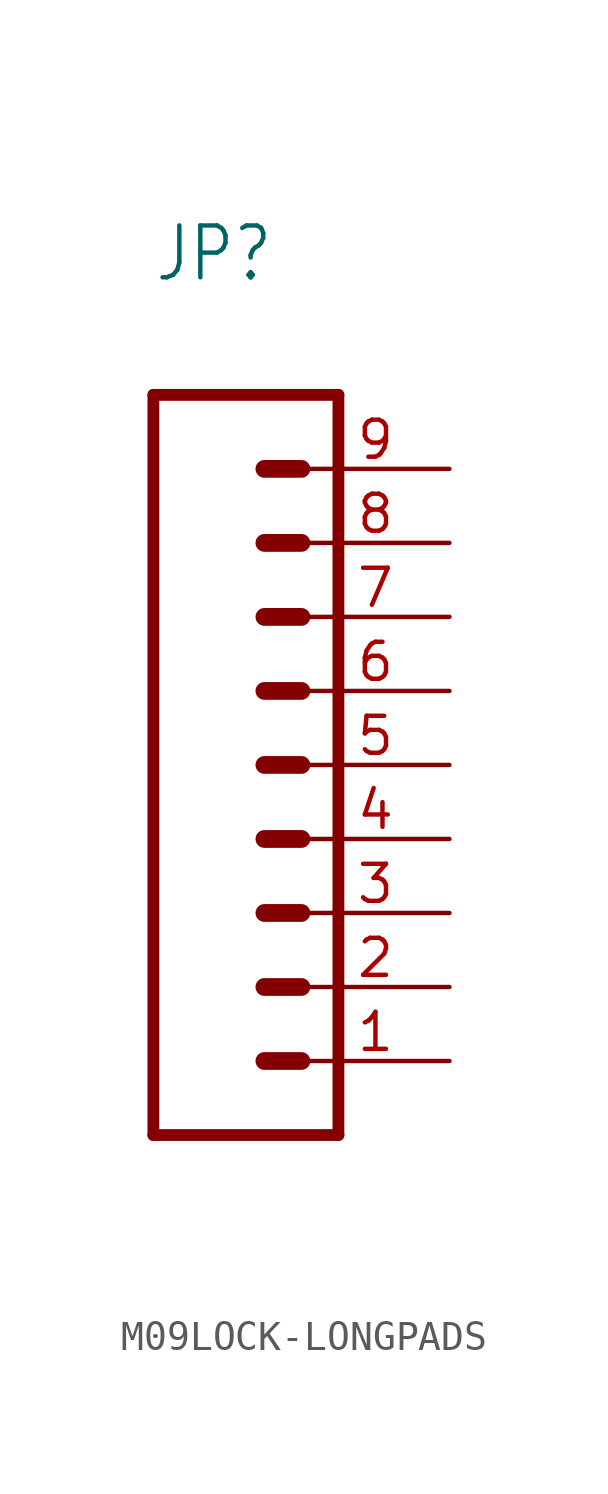
<source format=kicad_sym>
(kicad_symbol_lib
  (version 20220914)
  (generator kicad_symbol_editor)
  (symbol "M09LOCK-LONGPADS"
    (property "Reference" "JP"
      (at 0 16.51 0)
      (effects (font (size 1.778 1.511)) (justify left bottom)))
    (property "Value" ""
      (at 0 -15.24 0)
      (effects (font (size 1.778 1.511)) (justify left bottom)))
    (property "ki_locked" ""
      (at 0 0 0)
      (effects (font (size 1.27 1.27))))
    (symbol "M09LOCK-LONGPADS_1_0"
      (polyline (pts (xy 0 12.7) (xy 0 -12.7)) (stroke (width 0.406) (type solid)) (fill (type none)))
      (polyline (pts (xy 0 12.7) (xy 6.35 12.7)) (stroke (width 0.406) (type solid)) (fill (type none)))
      (polyline (pts (xy 3.81 -10.16) (xy 5.08 -10.16)) (stroke (width 0.61) (type solid)) (fill (type none)))
      (polyline (pts (xy 3.81 -7.62) (xy 5.08 -7.62)) (stroke (width 0.61) (type solid)) (fill (type none)))
      (polyline (pts (xy 3.81 -5.08) (xy 5.08 -5.08)) (stroke (width 0.61) (type solid)) (fill (type none)))
      (polyline (pts (xy 3.81 -2.54) (xy 5.08 -2.54)) (stroke (width 0.61) (type solid)) (fill (type none)))
      (polyline (pts (xy 3.81 0) (xy 5.08 0)) (stroke (width 0.61) (type solid)) (fill (type none)))
      (polyline (pts (xy 3.81 2.54) (xy 5.08 2.54)) (stroke (width 0.61) (type solid)) (fill (type none)))
      (polyline (pts (xy 3.81 5.08) (xy 5.08 5.08)) (stroke (width 0.61) (type solid)) (fill (type none)))
      (polyline (pts (xy 3.81 7.62) (xy 5.08 7.62)) (stroke (width 0.61) (type solid)) (fill (type none)))
      (polyline (pts (xy 3.81 10.16) (xy 5.08 10.16)) (stroke (width 0.61) (type solid)) (fill (type none)))
      (polyline (pts (xy 6.35 -12.7) (xy 0 -12.7)) (stroke (width 0.406) (type solid)) (fill (type none)))
      (polyline (pts (xy 6.35 -12.7) (xy 6.35 12.7)) (stroke (width 0.406) (type solid)) (fill (type none)))
      (pin passive line (at 10.16 -10.16 180) (length 5.08) (name "1" (effects (font (size 0 0)))) (number "1" (effects (font (size 1.27 1.27)))))
      (pin passive line (at 10.16 -7.62 180) (length 5.08) (name "2" (effects (font (size 0 0)))) (number "2" (effects (font (size 1.27 1.27)))))
      (pin passive line (at 10.16 -5.08 180) (length 5.08) (name "3" (effects (font (size 0 0)))) (number "3" (effects (font (size 1.27 1.27)))))
      (pin passive line (at 10.16 -2.54 180) (length 5.08) (name "4" (effects (font (size 0 0)))) (number "4" (effects (font (size 1.27 1.27)))))
      (pin passive line (at 10.16 0 180) (length 5.08) (name "5" (effects (font (size 0 0)))) (number "5" (effects (font (size 1.27 1.27)))))
      (pin passive line (at 10.16 2.54 180) (length 5.08) (name "6" (effects (font (size 0 0)))) (number "6" (effects (font (size 1.27 1.27)))))
      (pin passive line (at 10.16 5.08 180) (length 5.08) (name "7" (effects (font (size 0 0)))) (number "7" (effects (font (size 1.27 1.27)))))
      (pin passive line (at 10.16 7.62 180) (length 5.08) (name "8" (effects (font (size 0 0)))) (number "8" (effects (font (size 1.27 1.27)))))
      (pin passive line (at 10.16 10.16 180) (length 5.08) (name "9" (effects (font (size 0 0)))) (number "9" (effects (font (size 1.27 1.27))))))))
</source>
